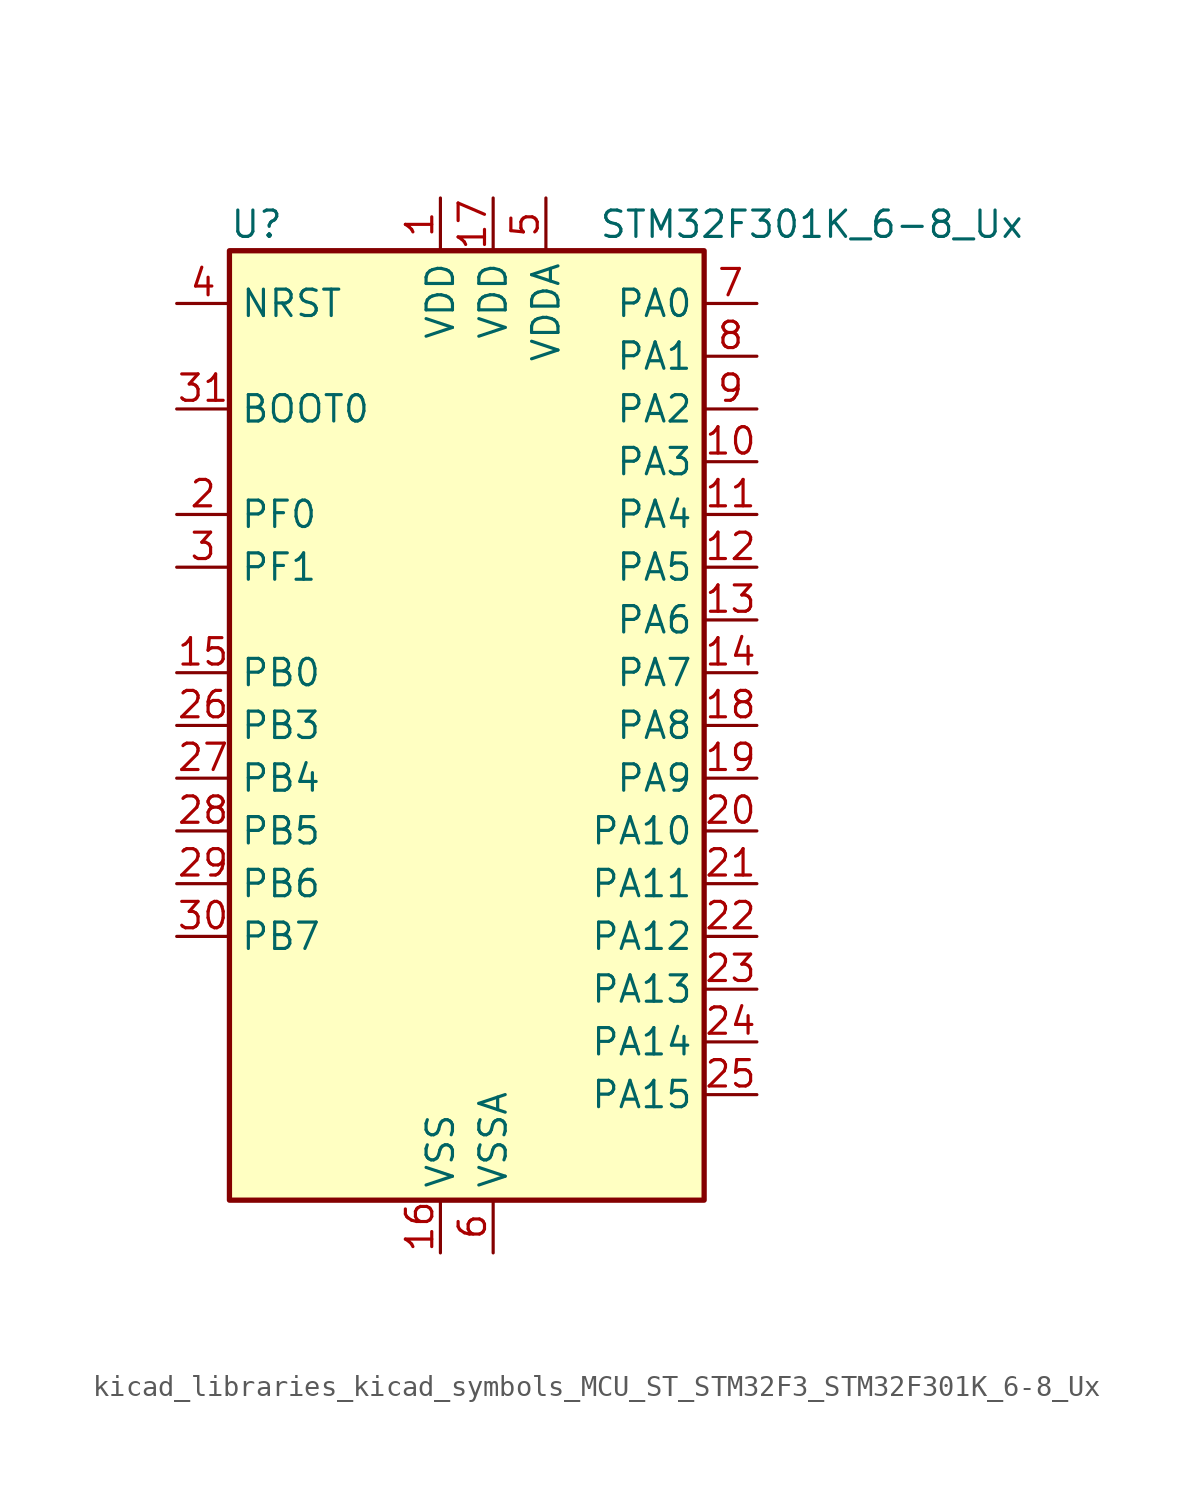
<source format=kicad_sym>
(kicad_symbol_lib
  (version 20220914)
  (generator kicad_symbol_editor)
  (symbol "kicad_libraries_kicad_symbols_MCU_ST_STM32F3_STM32F301K_6-8_Ux"
    (property "Reference" "U"
      (at -10.16 24.13 0)
      (effects (font (size 1.27 1.27)) (justify left)))
    (property "Value" "STM32F301K_6-8_Ux"
      (at 7.62 24.13 0)
      (effects (font (size 1.27 1.27)) (justify left)))
    (property "ki_locked" ""
      (at 0 0 0)
      (effects (font (size 1.27 1.27))))
    (symbol "kicad_libraries_kicad_symbols_MCU_ST_STM32F3_STM32F301K_6-8_Ux_0_1"
      (rectangle (start -10.16 -22.86) (end 12.7 22.86) (stroke (width 0.254) (type default)) (fill (type background))))
    (symbol "kicad_libraries_kicad_symbols_MCU_ST_STM32F3_STM32F301K_6-8_Ux_1_1"
      (pin power_in line (at 0 25.4 270) (length 2.54) (name "VDD" (effects (font (size 1.27 1.27)))) (number "1" (effects (font (size 1.27 1.27)))))
      (pin bidirectional line (at 15.24 12.7 180) (length 2.54) (name "PA3" (effects (font (size 1.27 1.27)))) (number "10" (effects (font (size 1.27 1.27)))) (alternate "ADC1_IN4" bidirectional line) (alternate "TIM15_CH2" bidirectional line) (alternate "TIM2_CH4" bidirectional line) (alternate "TSC_G1_IO4" bidirectional line) (alternate "USART2_RX" bidirectional line))
      (pin bidirectional line (at 15.24 10.16 180) (length 2.54) (name "PA4" (effects (font (size 1.27 1.27)))) (number "11" (effects (font (size 1.27 1.27)))) (alternate "ADC1_IN5" bidirectional line) (alternate "COMP2_INM" bidirectional line) (alternate "COMP4_INM" bidirectional line) (alternate "DAC_OUT1" bidirectional line) (alternate "I2S3_WS" bidirectional line) (alternate "SPI3_NSS" bidirectional line) (alternate "TSC_G2_IO1" bidirectional line) (alternate "USART2_CK" bidirectional line))
      (pin bidirectional line (at 15.24 7.62 180) (length 2.54) (name "PA5" (effects (font (size 1.27 1.27)))) (number "12" (effects (font (size 1.27 1.27)))) (alternate "OPAMP2_VINM" bidirectional line) (alternate "OPAMP2_VINM_SEC" bidirectional line) (alternate "TIM2_CH1" bidirectional line) (alternate "TIM2_ETR" bidirectional line) (alternate "TSC_G2_IO2" bidirectional line))
      (pin bidirectional line (at 15.24 5.08 180) (length 2.54) (name "PA6" (effects (font (size 1.27 1.27)))) (number "13" (effects (font (size 1.27 1.27)))) (alternate "ADC1_IN10" bidirectional line) (alternate "OPAMP2_VOUT" bidirectional line) (alternate "TIM16_CH1" bidirectional line) (alternate "TIM1_BKIN" bidirectional line) (alternate "TSC_G2_IO3" bidirectional line))
      (pin bidirectional line (at 15.24 2.54 180) (length 2.54) (name "PA7" (effects (font (size 1.27 1.27)))) (number "14" (effects (font (size 1.27 1.27)))) (alternate "ADC1_IN15" bidirectional line) (alternate "COMP2_INP" bidirectional line) (alternate "OPAMP2_VINP" bidirectional line) (alternate "OPAMP2_VINP_SEC" bidirectional line) (alternate "TIM17_CH1" bidirectional line) (alternate "TIM1_CH1N" bidirectional line) (alternate "TSC_G2_IO4" bidirectional line))
      (pin bidirectional line (at -12.7 2.54 0) (length 2.54) (name "PB0" (effects (font (size 1.27 1.27)))) (number "15" (effects (font (size 1.27 1.27)))) (alternate "ADC1_IN11" bidirectional line) (alternate "COMP4_INP" bidirectional line) (alternate "OPAMP2_VINP" bidirectional line) (alternate "OPAMP2_VINP_SEC" bidirectional line) (alternate "TIM1_CH2N" bidirectional line) (alternate "TSC_G3_IO2" bidirectional line))
      (pin power_in line (at 0 -25.4 90) (length 2.54) (name "VSS" (effects (font (size 1.27 1.27)))) (number "16" (effects (font (size 1.27 1.27)))))
      (pin power_in line (at 2.54 25.4 270) (length 2.54) (name "VDD" (effects (font (size 1.27 1.27)))) (number "17" (effects (font (size 1.27 1.27)))))
      (pin bidirectional line (at 15.24 0 180) (length 2.54) (name "PA8" (effects (font (size 1.27 1.27)))) (number "18" (effects (font (size 1.27 1.27)))) (alternate "I2C2_SMBA" bidirectional line) (alternate "I2C3_SCL" bidirectional line) (alternate "I2S2_MCK" bidirectional line) (alternate "RCC_MCO" bidirectional line) (alternate "TIM1_CH1" bidirectional line) (alternate "USART1_CK" bidirectional line))
      (pin bidirectional line (at 15.24 -2.54 180) (length 2.54) (name "PA9" (effects (font (size 1.27 1.27)))) (number "19" (effects (font (size 1.27 1.27)))) (alternate "DAC_EXTI9" bidirectional line) (alternate "I2C2_SCL" bidirectional line) (alternate "I2C3_SMBA" bidirectional line) (alternate "I2S3_MCK" bidirectional line) (alternate "TIM15_BKIN" bidirectional line) (alternate "TIM1_CH2" bidirectional line) (alternate "TIM2_CH3" bidirectional line) (alternate "TSC_G4_IO1" bidirectional line) (alternate "USART1_TX" bidirectional line))
      (pin bidirectional line (at -12.7 10.16 0) (length 2.54) (name "PF0" (effects (font (size 1.27 1.27)))) (number "2" (effects (font (size 1.27 1.27)))) (alternate "I2C2_SDA" bidirectional line) (alternate "I2S2_WS" bidirectional line) (alternate "RCC_OSC_IN" bidirectional line) (alternate "SPI2_NSS" bidirectional line) (alternate "TIM1_CH3N" bidirectional line))
      (pin bidirectional line (at 15.24 -5.08 180) (length 2.54) (name "PA10" (effects (font (size 1.27 1.27)))) (number "20" (effects (font (size 1.27 1.27)))) (alternate "I2C2_SDA" bidirectional line) (alternate "I2S2_ext_SD" bidirectional line) (alternate "SPI2_MISO" bidirectional line) (alternate "TIM17_BKIN" bidirectional line) (alternate "TIM1_CH3" bidirectional line) (alternate "TIM2_CH4" bidirectional line) (alternate "TSC_G4_IO2" bidirectional line) (alternate "USART1_RX" bidirectional line))
      (pin bidirectional line (at 15.24 -7.62 180) (length 2.54) (name "PA11" (effects (font (size 1.27 1.27)))) (number "21" (effects (font (size 1.27 1.27)))) (alternate "ADC1_EXTI11" bidirectional line) (alternate "I2S2_SD" bidirectional line) (alternate "SPI2_MOSI" bidirectional line) (alternate "TIM1_BKIN2" bidirectional line) (alternate "TIM1_CH1N" bidirectional line) (alternate "TIM1_CH4" bidirectional line) (alternate "USART1_CTS" bidirectional line))
      (pin bidirectional line (at 15.24 -10.16 180) (length 2.54) (name "PA12" (effects (font (size 1.27 1.27)))) (number "22" (effects (font (size 1.27 1.27)))) (alternate "COMP2_OUT" bidirectional line) (alternate "I2S_CKIN" bidirectional line) (alternate "TIM16_CH1" bidirectional line) (alternate "TIM1_CH2N" bidirectional line) (alternate "TIM1_ETR" bidirectional line) (alternate "USART1_DE" bidirectional line) (alternate "USART1_RTS" bidirectional line))
      (pin bidirectional line (at 15.24 -12.7 180) (length 2.54) (name "PA13" (effects (font (size 1.27 1.27)))) (number "23" (effects (font (size 1.27 1.27)))) (alternate "IR_OUT" bidirectional line) (alternate "SYS_JTMS-SWDIO" bidirectional line) (alternate "TIM16_CH1N" bidirectional line) (alternate "TSC_G4_IO3" bidirectional line))
      (pin bidirectional line (at 15.24 -15.24 180) (length 2.54) (name "PA14" (effects (font (size 1.27 1.27)))) (number "24" (effects (font (size 1.27 1.27)))) (alternate "I2C1_SDA" bidirectional line) (alternate "SYS_JTCK-SWCLK" bidirectional line) (alternate "TIM1_BKIN" bidirectional line) (alternate "TSC_G4_IO4" bidirectional line) (alternate "USART2_TX" bidirectional line))
      (pin bidirectional line (at 15.24 -17.78 180) (length 2.54) (name "PA15" (effects (font (size 1.27 1.27)))) (number "25" (effects (font (size 1.27 1.27)))) (alternate "ADC1_EXTI15" bidirectional line) (alternate "I2C1_SCL" bidirectional line) (alternate "I2S3_WS" bidirectional line) (alternate "SPI3_NSS" bidirectional line) (alternate "SYS_JTDI" bidirectional line) (alternate "TIM1_BKIN" bidirectional line) (alternate "TIM2_CH1" bidirectional line) (alternate "TIM2_ETR" bidirectional line) (alternate "TSC_SYNC" bidirectional line) (alternate "USART2_RX" bidirectional line))
      (pin bidirectional line (at -12.7 0 0) (length 2.54) (name "PB3" (effects (font (size 1.27 1.27)))) (number "26" (effects (font (size 1.27 1.27)))) (alternate "I2S3_CK" bidirectional line) (alternate "SPI3_SCK" bidirectional line) (alternate "SYS_JTDO-TRACESWO" bidirectional line) (alternate "TIM2_CH2" bidirectional line) (alternate "TSC_G5_IO1" bidirectional line) (alternate "USART2_TX" bidirectional line))
      (pin bidirectional line (at -12.7 -2.54 0) (length 2.54) (name "PB4" (effects (font (size 1.27 1.27)))) (number "27" (effects (font (size 1.27 1.27)))) (alternate "I2S3_ext_SD" bidirectional line) (alternate "SPI3_MISO" bidirectional line) (alternate "SYS_NJTRST" bidirectional line) (alternate "TIM16_CH1" bidirectional line) (alternate "TIM17_BKIN" bidirectional line) (alternate "TSC_G5_IO2" bidirectional line) (alternate "USART2_RX" bidirectional line))
      (pin bidirectional line (at -12.7 -5.08 0) (length 2.54) (name "PB5" (effects (font (size 1.27 1.27)))) (number "28" (effects (font (size 1.27 1.27)))) (alternate "I2C1_SMBA" bidirectional line) (alternate "I2C3_SDA" bidirectional line) (alternate "I2S3_SD" bidirectional line) (alternate "SPI3_MOSI" bidirectional line) (alternate "TIM16_BKIN" bidirectional line) (alternate "TIM17_CH1" bidirectional line) (alternate "USART2_CK" bidirectional line))
      (pin bidirectional line (at -12.7 -7.62 0) (length 2.54) (name "PB6" (effects (font (size 1.27 1.27)))) (number "29" (effects (font (size 1.27 1.27)))) (alternate "I2C1_SCL" bidirectional line) (alternate "TIM16_CH1N" bidirectional line) (alternate "TSC_G5_IO3" bidirectional line) (alternate "USART1_TX" bidirectional line))
      (pin bidirectional line (at -12.7 7.62 0) (length 2.54) (name "PF1" (effects (font (size 1.27 1.27)))) (number "3" (effects (font (size 1.27 1.27)))) (alternate "I2C2_SCL" bidirectional line) (alternate "I2S2_CK" bidirectional line) (alternate "RCC_OSC_OUT" bidirectional line) (alternate "SPI2_SCK" bidirectional line))
      (pin bidirectional line (at -12.7 -10.16 0) (length 2.54) (name "PB7" (effects (font (size 1.27 1.27)))) (number "30" (effects (font (size 1.27 1.27)))) (alternate "I2C1_SDA" bidirectional line) (alternate "TIM17_CH1N" bidirectional line) (alternate "TSC_G5_IO4" bidirectional line) (alternate "USART1_RX" bidirectional line))
      (pin input line (at -12.7 15.24 0) (length 2.54) (name "BOOT0" (effects (font (size 1.27 1.27)))) (number "31" (effects (font (size 1.27 1.27)))))
      (pin passive line (at 0 -25.4 90) (length 2.54) hide (name "VSS" (effects (font (size 1.27 1.27)))) (number "32" (effects (font (size 1.27 1.27)))))
      (pin passive line (at 0 -25.4 90) (length 2.54) hide (name "VSS" (effects (font (size 1.27 1.27)))) (number "33" (effects (font (size 1.27 1.27)))))
      (pin input line (at -12.7 20.32 0) (length 2.54) (name "NRST" (effects (font (size 1.27 1.27)))) (number "4" (effects (font (size 1.27 1.27)))))
      (pin power_in line (at 5.08 25.4 270) (length 2.54) (name "VDDA" (effects (font (size 1.27 1.27)))) (number "5" (effects (font (size 1.27 1.27)))))
      (pin power_in line (at 2.54 -25.4 90) (length 2.54) (name "VSSA" (effects (font (size 1.27 1.27)))) (number "6" (effects (font (size 1.27 1.27)))))
      (pin bidirectional line (at 15.24 20.32 180) (length 2.54) (name "PA0" (effects (font (size 1.27 1.27)))) (number "7" (effects (font (size 1.27 1.27)))) (alternate "ADC1_IN1" bidirectional line) (alternate "RTC_TAMP2" bidirectional line) (alternate "SYS_WKUP1" bidirectional line) (alternate "TIM2_CH1" bidirectional line) (alternate "TIM2_ETR" bidirectional line) (alternate "TSC_G1_IO1" bidirectional line) (alternate "USART2_CTS" bidirectional line))
      (pin bidirectional line (at 15.24 17.78 180) (length 2.54) (name "PA1" (effects (font (size 1.27 1.27)))) (number "8" (effects (font (size 1.27 1.27)))) (alternate "ADC1_IN2" bidirectional line) (alternate "RTC_REFIN" bidirectional line) (alternate "TIM15_CH1N" bidirectional line) (alternate "TIM2_CH2" bidirectional line) (alternate "TSC_G1_IO2" bidirectional line) (alternate "USART2_DE" bidirectional line) (alternate "USART2_RTS" bidirectional line))
      (pin bidirectional line (at 15.24 15.24 180) (length 2.54) (name "PA2" (effects (font (size 1.27 1.27)))) (number "9" (effects (font (size 1.27 1.27)))) (alternate "ADC1_IN3" bidirectional line) (alternate "COMP2_INM" bidirectional line) (alternate "COMP2_OUT" bidirectional line) (alternate "TIM15_CH1" bidirectional line) (alternate "TIM2_CH3" bidirectional line) (alternate "TSC_G1_IO3" bidirectional line) (alternate "USART2_TX" bidirectional line)))))
</source>
